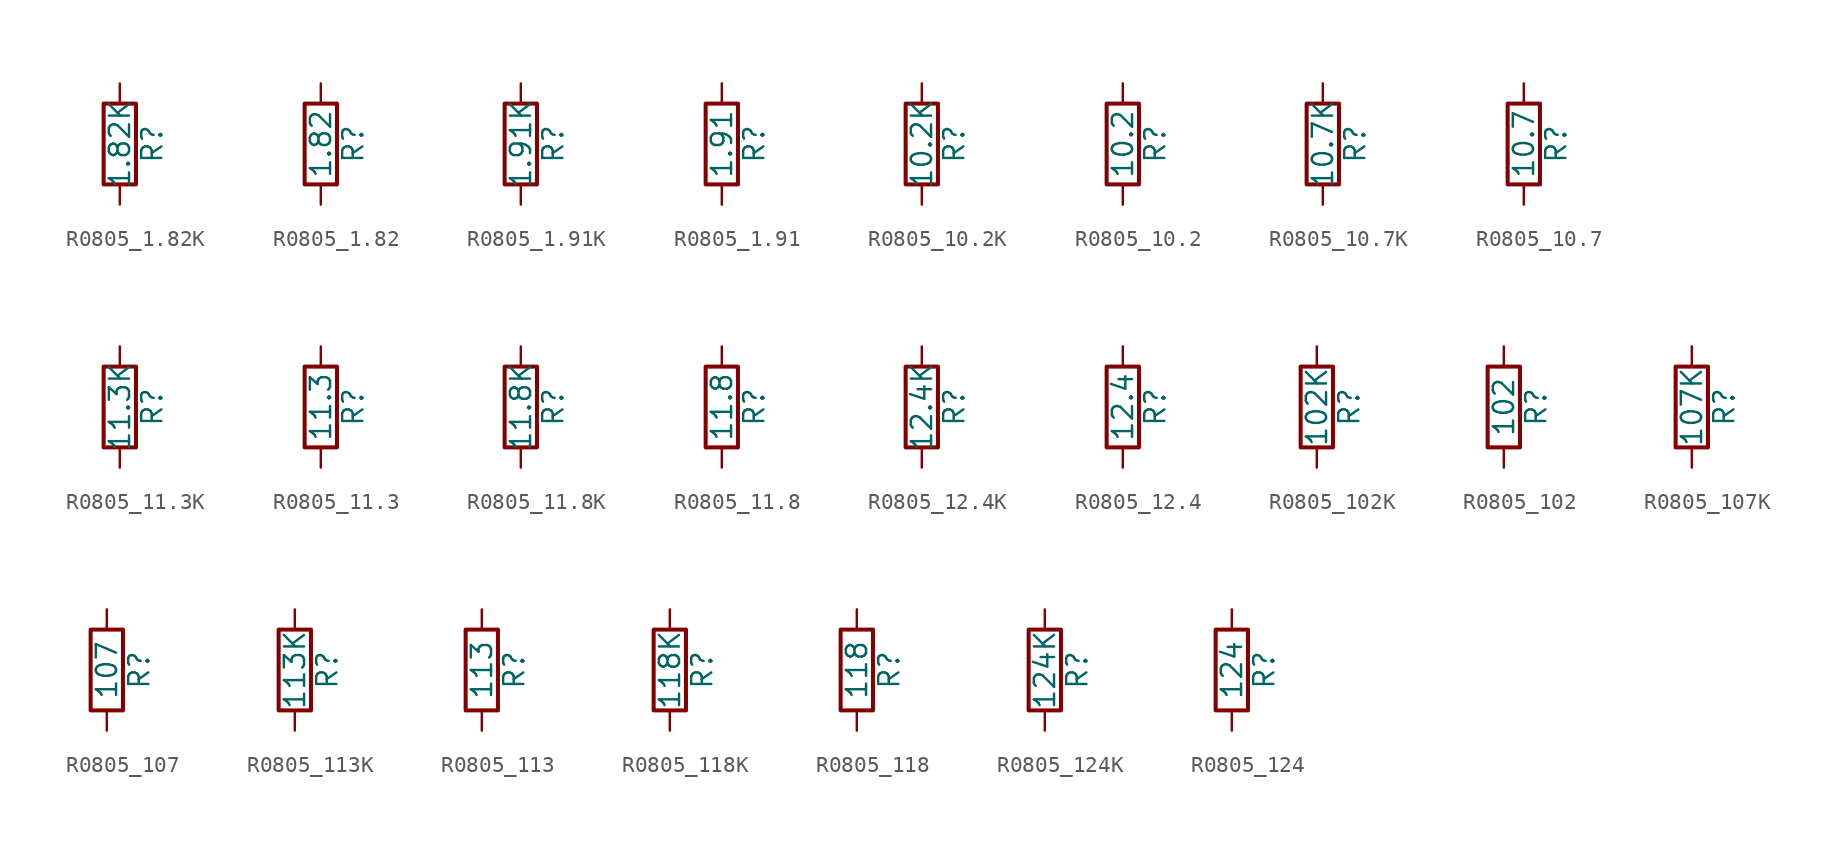
<source format=kicad_sym>
(kicad_symbol_lib
  (version 20211014)
  (generator atlantix-eda)
  (symbol "R0805_1.82K"
    (pin_numbers hide)
    (pin_names
      (offset 0))
    (property "Reference" "R"
      (at 2.032 0 90)
      (effects (font (size 1.27 1.27))))
    (property "Value" "1.82K"
      (at 0 0 90)
      (effects (font (size 1.27 1.27))))
    (symbol "R0805_1.82K_0_1"
      (rectangle (start -1.016 -2.54) (end 1.016 2.54) (stroke (width 0.254) (type default) (color 0 0 0 0)) (fill (type none))))
    (symbol "R0805_1.82K_1_1"
      (pin passive line (at 0 3.81 270) (length 1.27) (name "~" (effects (font (size 1.27 1.27)))) (number "1" (effects (font (size 1.27 1.27)))))
      (pin passive line (at 0 -3.81 90) (length 1.27) (name "~" (effects (font (size 1.27 1.27)))) (number "2" (effects (font (size 1.27 1.27)))))))
  (symbol "R0805_1.82"
    (pin_numbers hide)
    (pin_names
      (offset 0))
    (property "Reference" "R"
      (at 2.032 0 90)
      (effects (font (size 1.27 1.27))))
    (property "Value" "1.82"
      (at 0 0 90)
      (effects (font (size 1.27 1.27))))
    (symbol "R0805_1.82_0_1"
      (rectangle (start -1.016 -2.54) (end 1.016 2.54) (stroke (width 0.254) (type default) (color 0 0 0 0)) (fill (type none))))
    (symbol "R0805_1.82_1_1"
      (pin passive line (at 0 3.81 270) (length 1.27) (name "~" (effects (font (size 1.27 1.27)))) (number "1" (effects (font (size 1.27 1.27)))))
      (pin passive line (at 0 -3.81 90) (length 1.27) (name "~" (effects (font (size 1.27 1.27)))) (number "2" (effects (font (size 1.27 1.27)))))))
  (symbol "R0805_1.91K"
    (pin_numbers hide)
    (pin_names
      (offset 0))
    (property "Reference" "R"
      (at 2.032 0 90)
      (effects (font (size 1.27 1.27))))
    (property "Value" "1.91K"
      (at 0 0 90)
      (effects (font (size 1.27 1.27))))
    (symbol "R0805_1.91K_0_1"
      (rectangle (start -1.016 -2.54) (end 1.016 2.54) (stroke (width 0.254) (type default) (color 0 0 0 0)) (fill (type none))))
    (symbol "R0805_1.91K_1_1"
      (pin passive line (at 0 3.81 270) (length 1.27) (name "~" (effects (font (size 1.27 1.27)))) (number "1" (effects (font (size 1.27 1.27)))))
      (pin passive line (at 0 -3.81 90) (length 1.27) (name "~" (effects (font (size 1.27 1.27)))) (number "2" (effects (font (size 1.27 1.27)))))))
  (symbol "R0805_1.91"
    (pin_numbers hide)
    (pin_names
      (offset 0))
    (property "Reference" "R"
      (at 2.032 0 90)
      (effects (font (size 1.27 1.27))))
    (property "Value" "1.91"
      (at 0 0 90)
      (effects (font (size 1.27 1.27))))
    (symbol "R0805_1.91_0_1"
      (rectangle (start -1.016 -2.54) (end 1.016 2.54) (stroke (width 0.254) (type default) (color 0 0 0 0)) (fill (type none))))
    (symbol "R0805_1.91_1_1"
      (pin passive line (at 0 3.81 270) (length 1.27) (name "~" (effects (font (size 1.27 1.27)))) (number "1" (effects (font (size 1.27 1.27)))))
      (pin passive line (at 0 -3.81 90) (length 1.27) (name "~" (effects (font (size 1.27 1.27)))) (number "2" (effects (font (size 1.27 1.27)))))))
  (symbol "R0805_10.2K"
    (pin_numbers hide)
    (pin_names
      (offset 0))
    (property "Reference" "R"
      (at 2.032 0 90)
      (effects (font (size 1.27 1.27))))
    (property "Value" "10.2K"
      (at 0 0 90)
      (effects (font (size 1.27 1.27))))
    (symbol "R0805_10.2K_0_1"
      (rectangle (start -1.016 -2.54) (end 1.016 2.54) (stroke (width 0.254) (type default) (color 0 0 0 0)) (fill (type none))))
    (symbol "R0805_10.2K_1_1"
      (pin passive line (at 0 3.81 270) (length 1.27) (name "~" (effects (font (size 1.27 1.27)))) (number "1" (effects (font (size 1.27 1.27)))))
      (pin passive line (at 0 -3.81 90) (length 1.27) (name "~" (effects (font (size 1.27 1.27)))) (number "2" (effects (font (size 1.27 1.27)))))))
  (symbol "R0805_10.2"
    (pin_numbers hide)
    (pin_names
      (offset 0))
    (property "Reference" "R"
      (at 2.032 0 90)
      (effects (font (size 1.27 1.27))))
    (property "Value" "10.2"
      (at 0 0 90)
      (effects (font (size 1.27 1.27))))
    (symbol "R0805_10.2_0_1"
      (rectangle (start -1.016 -2.54) (end 1.016 2.54) (stroke (width 0.254) (type default) (color 0 0 0 0)) (fill (type none))))
    (symbol "R0805_10.2_1_1"
      (pin passive line (at 0 3.81 270) (length 1.27) (name "~" (effects (font (size 1.27 1.27)))) (number "1" (effects (font (size 1.27 1.27)))))
      (pin passive line (at 0 -3.81 90) (length 1.27) (name "~" (effects (font (size 1.27 1.27)))) (number "2" (effects (font (size 1.27 1.27)))))))
  (symbol "R0805_10.7K"
    (pin_numbers hide)
    (pin_names
      (offset 0))
    (property "Reference" "R"
      (at 2.032 0 90)
      (effects (font (size 1.27 1.27))))
    (property "Value" "10.7K"
      (at 0 0 90)
      (effects (font (size 1.27 1.27))))
    (symbol "R0805_10.7K_0_1"
      (rectangle (start -1.016 -2.54) (end 1.016 2.54) (stroke (width 0.254) (type default) (color 0 0 0 0)) (fill (type none))))
    (symbol "R0805_10.7K_1_1"
      (pin passive line (at 0 3.81 270) (length 1.27) (name "~" (effects (font (size 1.27 1.27)))) (number "1" (effects (font (size 1.27 1.27)))))
      (pin passive line (at 0 -3.81 90) (length 1.27) (name "~" (effects (font (size 1.27 1.27)))) (number "2" (effects (font (size 1.27 1.27)))))))
  (symbol "R0805_10.7"
    (pin_numbers hide)
    (pin_names
      (offset 0))
    (property "Reference" "R"
      (at 2.032 0 90)
      (effects (font (size 1.27 1.27))))
    (property "Value" "10.7"
      (at 0 0 90)
      (effects (font (size 1.27 1.27))))
    (symbol "R0805_10.7_0_1"
      (rectangle (start -1.016 -2.54) (end 1.016 2.54) (stroke (width 0.254) (type default) (color 0 0 0 0)) (fill (type none))))
    (symbol "R0805_10.7_1_1"
      (pin passive line (at 0 3.81 270) (length 1.27) (name "~" (effects (font (size 1.27 1.27)))) (number "1" (effects (font (size 1.27 1.27)))))
      (pin passive line (at 0 -3.81 90) (length 1.27) (name "~" (effects (font (size 1.27 1.27)))) (number "2" (effects (font (size 1.27 1.27)))))))
  (symbol "R0805_11.3K"
    (pin_numbers hide)
    (pin_names
      (offset 0))
    (property "Reference" "R"
      (at 2.032 0 90)
      (effects (font (size 1.27 1.27))))
    (property "Value" "11.3K"
      (at 0 0 90)
      (effects (font (size 1.27 1.27))))
    (symbol "R0805_11.3K_0_1"
      (rectangle (start -1.016 -2.54) (end 1.016 2.54) (stroke (width 0.254) (type default) (color 0 0 0 0)) (fill (type none))))
    (symbol "R0805_11.3K_1_1"
      (pin passive line (at 0 3.81 270) (length 1.27) (name "~" (effects (font (size 1.27 1.27)))) (number "1" (effects (font (size 1.27 1.27)))))
      (pin passive line (at 0 -3.81 90) (length 1.27) (name "~" (effects (font (size 1.27 1.27)))) (number "2" (effects (font (size 1.27 1.27)))))))
  (symbol "R0805_11.3"
    (pin_numbers hide)
    (pin_names
      (offset 0))
    (property "Reference" "R"
      (at 2.032 0 90)
      (effects (font (size 1.27 1.27))))
    (property "Value" "11.3"
      (at 0 0 90)
      (effects (font (size 1.27 1.27))))
    (symbol "R0805_11.3_0_1"
      (rectangle (start -1.016 -2.54) (end 1.016 2.54) (stroke (width 0.254) (type default) (color 0 0 0 0)) (fill (type none))))
    (symbol "R0805_11.3_1_1"
      (pin passive line (at 0 3.81 270) (length 1.27) (name "~" (effects (font (size 1.27 1.27)))) (number "1" (effects (font (size 1.27 1.27)))))
      (pin passive line (at 0 -3.81 90) (length 1.27) (name "~" (effects (font (size 1.27 1.27)))) (number "2" (effects (font (size 1.27 1.27)))))))
  (symbol "R0805_11.8K"
    (pin_numbers hide)
    (pin_names
      (offset 0))
    (property "Reference" "R"
      (at 2.032 0 90)
      (effects (font (size 1.27 1.27))))
    (property "Value" "11.8K"
      (at 0 0 90)
      (effects (font (size 1.27 1.27))))
    (symbol "R0805_11.8K_0_1"
      (rectangle (start -1.016 -2.54) (end 1.016 2.54) (stroke (width 0.254) (type default) (color 0 0 0 0)) (fill (type none))))
    (symbol "R0805_11.8K_1_1"
      (pin passive line (at 0 3.81 270) (length 1.27) (name "~" (effects (font (size 1.27 1.27)))) (number "1" (effects (font (size 1.27 1.27)))))
      (pin passive line (at 0 -3.81 90) (length 1.27) (name "~" (effects (font (size 1.27 1.27)))) (number "2" (effects (font (size 1.27 1.27)))))))
  (symbol "R0805_11.8"
    (pin_numbers hide)
    (pin_names
      (offset 0))
    (property "Reference" "R"
      (at 2.032 0 90)
      (effects (font (size 1.27 1.27))))
    (property "Value" "11.8"
      (at 0 0 90)
      (effects (font (size 1.27 1.27))))
    (symbol "R0805_11.8_0_1"
      (rectangle (start -1.016 -2.54) (end 1.016 2.54) (stroke (width 0.254) (type default) (color 0 0 0 0)) (fill (type none))))
    (symbol "R0805_11.8_1_1"
      (pin passive line (at 0 3.81 270) (length 1.27) (name "~" (effects (font (size 1.27 1.27)))) (number "1" (effects (font (size 1.27 1.27)))))
      (pin passive line (at 0 -3.81 90) (length 1.27) (name "~" (effects (font (size 1.27 1.27)))) (number "2" (effects (font (size 1.27 1.27)))))))
  (symbol "R0805_12.4K"
    (pin_numbers hide)
    (pin_names
      (offset 0))
    (property "Reference" "R"
      (at 2.032 0 90)
      (effects (font (size 1.27 1.27))))
    (property "Value" "12.4K"
      (at 0 0 90)
      (effects (font (size 1.27 1.27))))
    (symbol "R0805_12.4K_0_1"
      (rectangle (start -1.016 -2.54) (end 1.016 2.54) (stroke (width 0.254) (type default) (color 0 0 0 0)) (fill (type none))))
    (symbol "R0805_12.4K_1_1"
      (pin passive line (at 0 3.81 270) (length 1.27) (name "~" (effects (font (size 1.27 1.27)))) (number "1" (effects (font (size 1.27 1.27)))))
      (pin passive line (at 0 -3.81 90) (length 1.27) (name "~" (effects (font (size 1.27 1.27)))) (number "2" (effects (font (size 1.27 1.27)))))))
  (symbol "R0805_12.4"
    (pin_numbers hide)
    (pin_names
      (offset 0))
    (property "Reference" "R"
      (at 2.032 0 90)
      (effects (font (size 1.27 1.27))))
    (property "Value" "12.4"
      (at 0 0 90)
      (effects (font (size 1.27 1.27))))
    (symbol "R0805_12.4_0_1"
      (rectangle (start -1.016 -2.54) (end 1.016 2.54) (stroke (width 0.254) (type default) (color 0 0 0 0)) (fill (type none))))
    (symbol "R0805_12.4_1_1"
      (pin passive line (at 0 3.81 270) (length 1.27) (name "~" (effects (font (size 1.27 1.27)))) (number "1" (effects (font (size 1.27 1.27)))))
      (pin passive line (at 0 -3.81 90) (length 1.27) (name "~" (effects (font (size 1.27 1.27)))) (number "2" (effects (font (size 1.27 1.27)))))))
  (symbol "R0805_102K"
    (pin_numbers hide)
    (pin_names
      (offset 0))
    (property "Reference" "R"
      (at 2.032 0 90)
      (effects (font (size 1.27 1.27))))
    (property "Value" "102K"
      (at 0 0 90)
      (effects (font (size 1.27 1.27))))
    (symbol "R0805_102K_0_1"
      (rectangle (start -1.016 -2.54) (end 1.016 2.54) (stroke (width 0.254) (type default) (color 0 0 0 0)) (fill (type none))))
    (symbol "R0805_102K_1_1"
      (pin passive line (at 0 3.81 270) (length 1.27) (name "~" (effects (font (size 1.27 1.27)))) (number "1" (effects (font (size 1.27 1.27)))))
      (pin passive line (at 0 -3.81 90) (length 1.27) (name "~" (effects (font (size 1.27 1.27)))) (number "2" (effects (font (size 1.27 1.27)))))))
  (symbol "R0805_102"
    (pin_numbers hide)
    (pin_names
      (offset 0))
    (property "Reference" "R"
      (at 2.032 0 90)
      (effects (font (size 1.27 1.27))))
    (property "Value" "102"
      (at 0 0 90)
      (effects (font (size 1.27 1.27))))
    (symbol "R0805_102_0_1"
      (rectangle (start -1.016 -2.54) (end 1.016 2.54) (stroke (width 0.254) (type default) (color 0 0 0 0)) (fill (type none))))
    (symbol "R0805_102_1_1"
      (pin passive line (at 0 3.81 270) (length 1.27) (name "~" (effects (font (size 1.27 1.27)))) (number "1" (effects (font (size 1.27 1.27)))))
      (pin passive line (at 0 -3.81 90) (length 1.27) (name "~" (effects (font (size 1.27 1.27)))) (number "2" (effects (font (size 1.27 1.27)))))))
  (symbol "R0805_107K"
    (pin_numbers hide)
    (pin_names
      (offset 0))
    (property "Reference" "R"
      (at 2.032 0 90)
      (effects (font (size 1.27 1.27))))
    (property "Value" "107K"
      (at 0 0 90)
      (effects (font (size 1.27 1.27))))
    (symbol "R0805_107K_0_1"
      (rectangle (start -1.016 -2.54) (end 1.016 2.54) (stroke (width 0.254) (type default) (color 0 0 0 0)) (fill (type none))))
    (symbol "R0805_107K_1_1"
      (pin passive line (at 0 3.81 270) (length 1.27) (name "~" (effects (font (size 1.27 1.27)))) (number "1" (effects (font (size 1.27 1.27)))))
      (pin passive line (at 0 -3.81 90) (length 1.27) (name "~" (effects (font (size 1.27 1.27)))) (number "2" (effects (font (size 1.27 1.27)))))))
  (symbol "R0805_107"
    (pin_numbers hide)
    (pin_names
      (offset 0))
    (property "Reference" "R"
      (at 2.032 0 90)
      (effects (font (size 1.27 1.27))))
    (property "Value" "107"
      (at 0 0 90)
      (effects (font (size 1.27 1.27))))
    (symbol "R0805_107_0_1"
      (rectangle (start -1.016 -2.54) (end 1.016 2.54) (stroke (width 0.254) (type default) (color 0 0 0 0)) (fill (type none))))
    (symbol "R0805_107_1_1"
      (pin passive line (at 0 3.81 270) (length 1.27) (name "~" (effects (font (size 1.27 1.27)))) (number "1" (effects (font (size 1.27 1.27)))))
      (pin passive line (at 0 -3.81 90) (length 1.27) (name "~" (effects (font (size 1.27 1.27)))) (number "2" (effects (font (size 1.27 1.27)))))))
  (symbol "R0805_113K"
    (pin_numbers hide)
    (pin_names
      (offset 0))
    (property "Reference" "R"
      (at 2.032 0 90)
      (effects (font (size 1.27 1.27))))
    (property "Value" "113K"
      (at 0 0 90)
      (effects (font (size 1.27 1.27))))
    (symbol "R0805_113K_0_1"
      (rectangle (start -1.016 -2.54) (end 1.016 2.54) (stroke (width 0.254) (type default) (color 0 0 0 0)) (fill (type none))))
    (symbol "R0805_113K_1_1"
      (pin passive line (at 0 3.81 270) (length 1.27) (name "~" (effects (font (size 1.27 1.27)))) (number "1" (effects (font (size 1.27 1.27)))))
      (pin passive line (at 0 -3.81 90) (length 1.27) (name "~" (effects (font (size 1.27 1.27)))) (number "2" (effects (font (size 1.27 1.27)))))))
  (symbol "R0805_113"
    (pin_numbers hide)
    (pin_names
      (offset 0))
    (property "Reference" "R"
      (at 2.032 0 90)
      (effects (font (size 1.27 1.27))))
    (property "Value" "113"
      (at 0 0 90)
      (effects (font (size 1.27 1.27))))
    (symbol "R0805_113_0_1"
      (rectangle (start -1.016 -2.54) (end 1.016 2.54) (stroke (width 0.254) (type default) (color 0 0 0 0)) (fill (type none))))
    (symbol "R0805_113_1_1"
      (pin passive line (at 0 3.81 270) (length 1.27) (name "~" (effects (font (size 1.27 1.27)))) (number "1" (effects (font (size 1.27 1.27)))))
      (pin passive line (at 0 -3.81 90) (length 1.27) (name "~" (effects (font (size 1.27 1.27)))) (number "2" (effects (font (size 1.27 1.27)))))))
  (symbol "R0805_118K"
    (pin_numbers hide)
    (pin_names
      (offset 0))
    (property "Reference" "R"
      (at 2.032 0 90)
      (effects (font (size 1.27 1.27))))
    (property "Value" "118K"
      (at 0 0 90)
      (effects (font (size 1.27 1.27))))
    (symbol "R0805_118K_0_1"
      (rectangle (start -1.016 -2.54) (end 1.016 2.54) (stroke (width 0.254) (type default) (color 0 0 0 0)) (fill (type none))))
    (symbol "R0805_118K_1_1"
      (pin passive line (at 0 3.81 270) (length 1.27) (name "~" (effects (font (size 1.27 1.27)))) (number "1" (effects (font (size 1.27 1.27)))))
      (pin passive line (at 0 -3.81 90) (length 1.27) (name "~" (effects (font (size 1.27 1.27)))) (number "2" (effects (font (size 1.27 1.27)))))))
  (symbol "R0805_118"
    (pin_numbers hide)
    (pin_names
      (offset 0))
    (property "Reference" "R"
      (at 2.032 0 90)
      (effects (font (size 1.27 1.27))))
    (property "Value" "118"
      (at 0 0 90)
      (effects (font (size 1.27 1.27))))
    (symbol "R0805_118_0_1"
      (rectangle (start -1.016 -2.54) (end 1.016 2.54) (stroke (width 0.254) (type default) (color 0 0 0 0)) (fill (type none))))
    (symbol "R0805_118_1_1"
      (pin passive line (at 0 3.81 270) (length 1.27) (name "~" (effects (font (size 1.27 1.27)))) (number "1" (effects (font (size 1.27 1.27)))))
      (pin passive line (at 0 -3.81 90) (length 1.27) (name "~" (effects (font (size 1.27 1.27)))) (number "2" (effects (font (size 1.27 1.27)))))))
  (symbol "R0805_124K"
    (pin_numbers hide)
    (pin_names
      (offset 0))
    (property "Reference" "R"
      (at 2.032 0 90)
      (effects (font (size 1.27 1.27))))
    (property "Value" "124K"
      (at 0 0 90)
      (effects (font (size 1.27 1.27))))
    (symbol "R0805_124K_0_1"
      (rectangle (start -1.016 -2.54) (end 1.016 2.54) (stroke (width 0.254) (type default) (color 0 0 0 0)) (fill (type none))))
    (symbol "R0805_124K_1_1"
      (pin passive line (at 0 3.81 270) (length 1.27) (name "~" (effects (font (size 1.27 1.27)))) (number "1" (effects (font (size 1.27 1.27)))))
      (pin passive line (at 0 -3.81 90) (length 1.27) (name "~" (effects (font (size 1.27 1.27)))) (number "2" (effects (font (size 1.27 1.27)))))))
  (symbol "R0805_124"
    (pin_numbers hide)
    (pin_names
      (offset 0))
    (property "Reference" "R"
      (at 2.032 0 90)
      (effects (font (size 1.27 1.27))))
    (property "Value" "124"
      (at 0 0 90)
      (effects (font (size 1.27 1.27))))
    (symbol "R0805_124_0_1"
      (rectangle (start -1.016 -2.54) (end 1.016 2.54) (stroke (width 0.254) (type default) (color 0 0 0 0)) (fill (type none))))
    (symbol "R0805_124_1_1"
      (pin passive line (at 0 3.81 270) (length 1.27) (name "~" (effects (font (size 1.27 1.27)))) (number "1" (effects (font (size 1.27 1.27)))))
      (pin passive line (at 0 -3.81 90) (length 1.27) (name "~" (effects (font (size 1.27 1.27)))) (number "2" (effects (font (size 1.27 1.27))))))))
</source>
